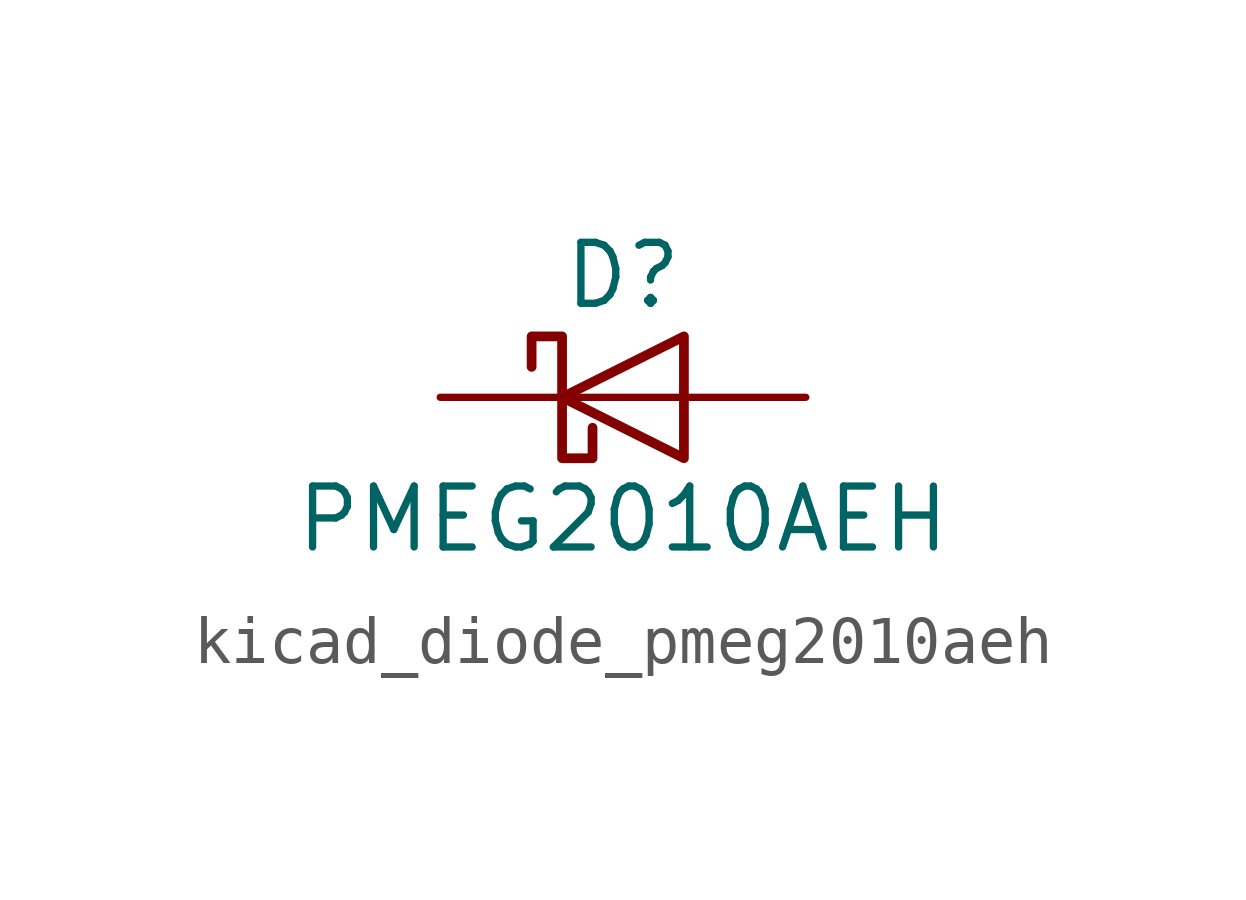
<source format=kicad_sym>
(kicad_symbol_lib
  (version 20220914)
  (generator kicad_symbol_editor)
  (symbol "kicad_diode_pmeg2010aeh"
    (pin_numbers hide)
    (pin_names hide)
    (property "Reference" "D"
      (at 0 2.54 0)
      (effects (font (size 1.27 1.27))))
    (property "Value" "PMEG2010AEH"
      (at 0 -2.54 0)
      (effects (font (size 1.27 1.27))))
    (symbol "kicad_diode_pmeg2010aeh_0_1"
      (polyline (pts (xy 1.27 0) (xy -1.27 0)) (stroke (width 0) (type default)) (fill (type none)))
      (polyline (pts (xy 1.27 1.27) (xy 1.27 -1.27) (xy -1.27 0) (xy 1.27 1.27)) (stroke (width 0.203) (type default)) (fill (type none)))
      (polyline (pts (xy -1.905 0.635) (xy -1.905 1.27) (xy -1.27 1.27) (xy -1.27 -1.27) (xy -0.635 -1.27) (xy -0.635 -0.635)) (stroke (width 0.203) (type default)) (fill (type none))))
    (symbol "kicad_diode_pmeg2010aeh_1_1"
      (pin passive line (at -3.81 0 0) (length 2.54) (name "K" (effects (font (size 1.27 1.27)))) (number "1" (effects (font (size 1.27 1.27)))))
      (pin passive line (at 3.81 0 180) (length 2.54) (name "A" (effects (font (size 1.27 1.27)))) (number "2" (effects (font (size 1.27 1.27))))))))
</source>
